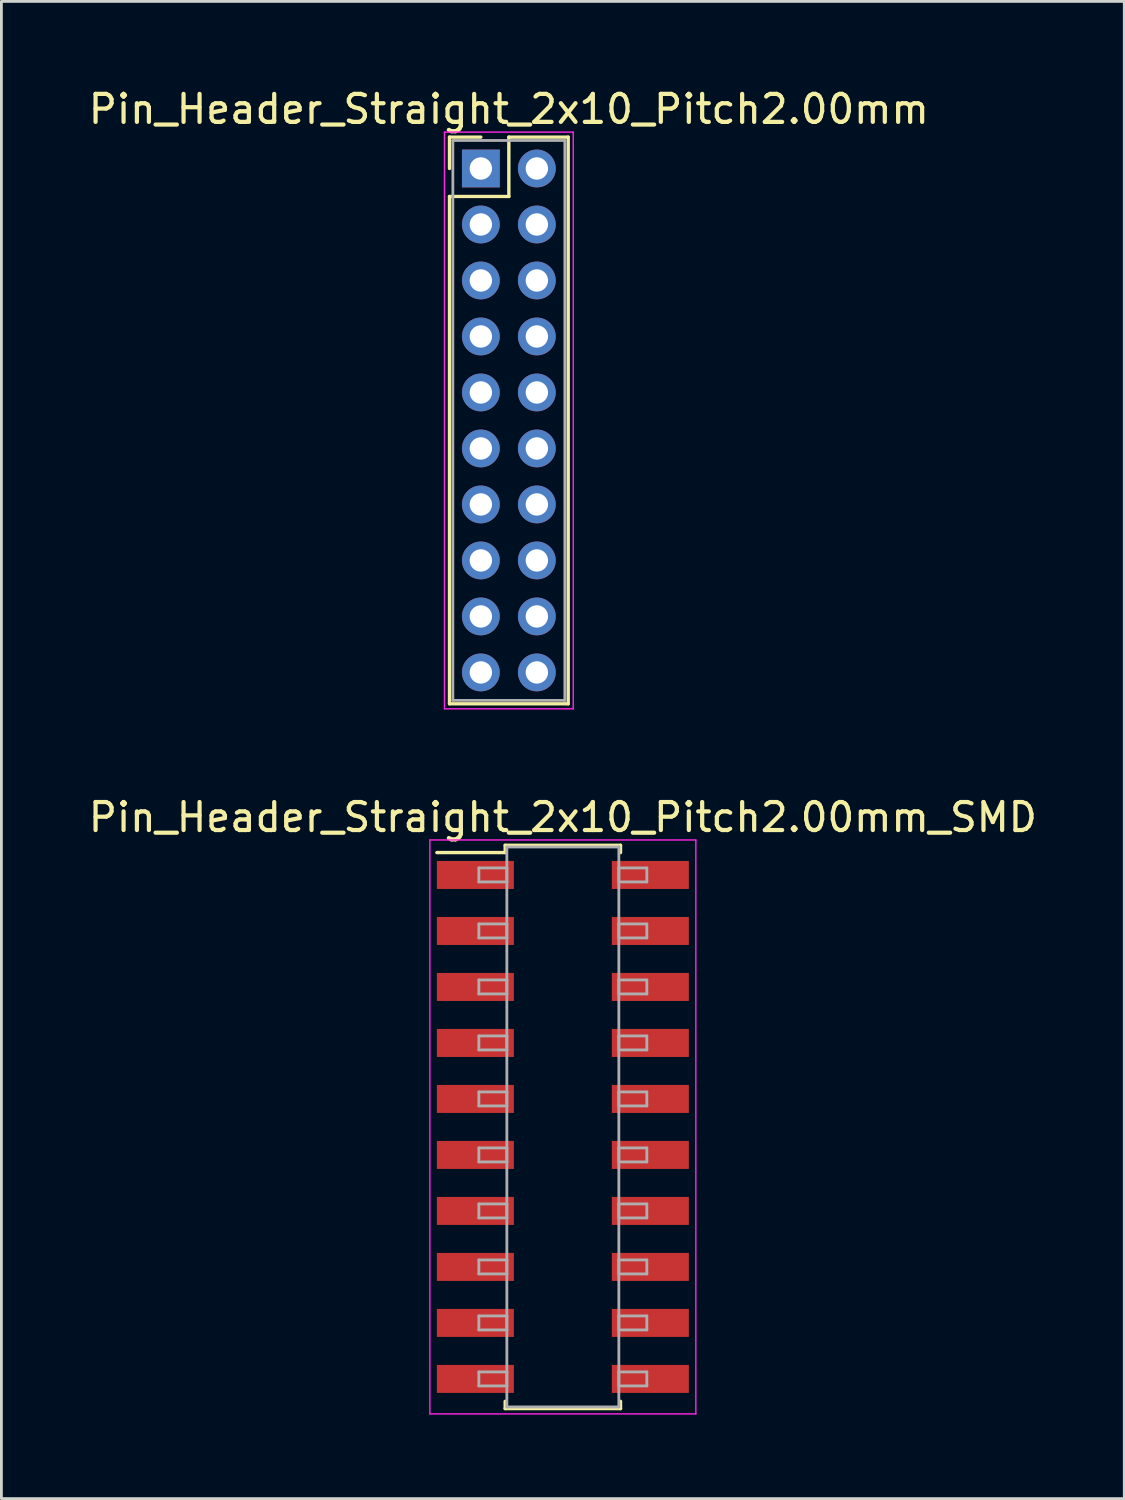
<source format=kicad_pcb>
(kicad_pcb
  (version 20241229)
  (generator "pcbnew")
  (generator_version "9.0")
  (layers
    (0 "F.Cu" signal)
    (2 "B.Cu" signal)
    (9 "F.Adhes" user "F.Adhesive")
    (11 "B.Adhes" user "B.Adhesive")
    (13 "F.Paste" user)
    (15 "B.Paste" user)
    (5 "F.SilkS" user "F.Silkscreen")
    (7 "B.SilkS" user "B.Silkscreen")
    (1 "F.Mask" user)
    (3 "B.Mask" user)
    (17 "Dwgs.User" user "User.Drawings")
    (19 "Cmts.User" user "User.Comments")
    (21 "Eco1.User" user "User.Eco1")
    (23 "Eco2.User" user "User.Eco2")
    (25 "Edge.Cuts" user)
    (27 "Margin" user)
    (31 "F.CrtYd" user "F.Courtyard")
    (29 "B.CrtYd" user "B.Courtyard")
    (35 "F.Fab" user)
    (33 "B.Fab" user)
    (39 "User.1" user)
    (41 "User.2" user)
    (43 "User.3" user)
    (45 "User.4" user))
  (footprint "Pin_Header_Straight_2x10_Pitch2.00mm_SMD"
    (layer "F.Cu")
    (at 17.054 37.202)
    (property "Reference" "Pin_Header_Straight_2x10_Pitch2.00mm_SMD" (at 0 -11.06 0) (layer "F.SilkS") (effects (font (size 1 1) (thickness 0.15))))
    (attr smd)
    (fp_line (start -4.5 -9.8) (end -2.06 -9.8) (stroke (width 0.12) (type solid)) (layer "F.SilkS"))
    (fp_line (start -2.06 -10.06) (end 2.06 -10.06) (stroke (width 0.12) (type solid)) (layer "F.SilkS"))
    (fp_line (start -2.06 -9.8) (end -2.06 -10.06) (stroke (width 0.12) (type solid)) (layer "F.SilkS"))
    (fp_line (start -2.06 9.8) (end -2.06 10.06) (stroke (width 0.12) (type solid)) (layer "F.SilkS"))
    (fp_line (start -2.06 10.06) (end 2.06 10.06) (stroke (width 0.12) (type solid)) (layer "F.SilkS"))
    (fp_line (start 2.06 -10.06) (end 2.06 -9.8) (stroke (width 0.12) (type solid)) (layer "F.SilkS"))
    (fp_line (start 2.06 10.06) (end 2.06 9.8) (stroke (width 0.12) (type solid)) (layer "F.SilkS"))
    (fp_line (start -4.75 -10.25) (end -4.75 10.25) (stroke (width 0.05) (type solid)) (layer "F.CrtYd"))
    (fp_line (start -4.75 10.25) (end 4.75 10.25) (stroke (width 0.05) (type solid)) (layer "F.CrtYd"))
    (fp_line (start 4.75 -10.25) (end -4.75 -10.25) (stroke (width 0.05) (type solid)) (layer "F.CrtYd"))
    (fp_line (start 4.75 10.25) (end 4.75 -10.25) (stroke (width 0.05) (type solid)) (layer "F.CrtYd"))
    (fp_line (start -3 -9.25) (end -2 -9.25) (stroke (width 0.1) (type solid)) (layer "F.Fab"))
    (fp_line (start -3 -8.75) (end -3 -9.25) (stroke (width 0.1) (type solid)) (layer "F.Fab"))
    (fp_line (start -3 -7.25) (end -2 -7.25) (stroke (width 0.1) (type solid)) (layer "F.Fab"))
    (fp_line (start -3 -6.75) (end -3 -7.25) (stroke (width 0.1) (type solid)) (layer "F.Fab"))
    (fp_line (start -3 -5.25) (end -2 -5.25) (stroke (width 0.1) (type solid)) (layer "F.Fab"))
    (fp_line (start -3 -4.75) (end -3 -5.25) (stroke (width 0.1) (type solid)) (layer "F.Fab"))
    (fp_line (start -3 -3.25) (end -2 -3.25) (stroke (width 0.1) (type solid)) (layer "F.Fab"))
    (fp_line (start -3 -2.75) (end -3 -3.25) (stroke (width 0.1) (type solid)) (layer "F.Fab"))
    (fp_line (start -3 -1.25) (end -2 -1.25) (stroke (width 0.1) (type solid)) (layer "F.Fab"))
    (fp_line (start -3 -0.75) (end -3 -1.25) (stroke (width 0.1) (type solid)) (layer "F.Fab"))
    (fp_line (start -3 0.75) (end -2 0.75) (stroke (width 0.1) (type solid)) (layer "F.Fab"))
    (fp_line (start -3 1.25) (end -3 0.75) (stroke (width 0.1) (type solid)) (layer "F.Fab"))
    (fp_line (start -3 2.75) (end -2 2.75) (stroke (width 0.1) (type solid)) (layer "F.Fab"))
    (fp_line (start -3 3.25) (end -3 2.75) (stroke (width 0.1) (type solid)) (layer "F.Fab"))
    (fp_line (start -3 4.75) (end -2 4.75) (stroke (width 0.1) (type solid)) (layer "F.Fab"))
    (fp_line (start -3 5.25) (end -3 4.75) (stroke (width 0.1) (type solid)) (layer "F.Fab"))
    (fp_line (start -3 6.75) (end -2 6.75) (stroke (width 0.1) (type solid)) (layer "F.Fab"))
    (fp_line (start -3 7.25) (end -3 6.75) (stroke (width 0.1) (type solid)) (layer "F.Fab"))
    (fp_line (start -3 8.75) (end -2 8.75) (stroke (width 0.1) (type solid)) (layer "F.Fab"))
    (fp_line (start -3 9.25) (end -3 8.75) (stroke (width 0.1) (type solid)) (layer "F.Fab"))
    (fp_line (start -2 -10) (end -2 10) (stroke (width 0.1) (type solid)) (layer "F.Fab"))
    (fp_line (start -2 -9.25) (end -2 -8.75) (stroke (width 0.1) (type solid)) (layer "F.Fab"))
    (fp_line (start -2 -8.75) (end -3 -8.75) (stroke (width 0.1) (type solid)) (layer "F.Fab"))
    (fp_line (start -2 -7.25) (end -2 -6.75) (stroke (width 0.1) (type solid)) (layer "F.Fab"))
    (fp_line (start -2 -6.75) (end -3 -6.75) (stroke (width 0.1) (type solid)) (layer "F.Fab"))
    (fp_line (start -2 -5.25) (end -2 -4.75) (stroke (width 0.1) (type solid)) (layer "F.Fab"))
    (fp_line (start -2 -4.75) (end -3 -4.75) (stroke (width 0.1) (type solid)) (layer "F.Fab"))
    (fp_line (start -2 -3.25) (end -2 -2.75) (stroke (width 0.1) (type solid)) (layer "F.Fab"))
    (fp_line (start -2 -2.75) (end -3 -2.75) (stroke (width 0.1) (type solid)) (layer "F.Fab"))
    (fp_line (start -2 -1.25) (end -2 -0.75) (stroke (width 0.1) (type solid)) (layer "F.Fab"))
    (fp_line (start -2 -0.75) (end -3 -0.75) (stroke (width 0.1) (type solid)) (layer "F.Fab"))
    (fp_line (start -2 0.75) (end -2 1.25) (stroke (width 0.1) (type solid)) (layer "F.Fab"))
    (fp_line (start -2 1.25) (end -3 1.25) (stroke (width 0.1) (type solid)) (layer "F.Fab"))
    (fp_line (start -2 2.75) (end -2 3.25) (stroke (width 0.1) (type solid)) (layer "F.Fab"))
    (fp_line (start -2 3.25) (end -3 3.25) (stroke (width 0.1) (type solid)) (layer "F.Fab"))
    (fp_line (start -2 4.75) (end -2 5.25) (stroke (width 0.1) (type solid)) (layer "F.Fab"))
    (fp_line (start -2 5.25) (end -3 5.25) (stroke (width 0.1) (type solid)) (layer "F.Fab"))
    (fp_line (start -2 6.75) (end -2 7.25) (stroke (width 0.1) (type solid)) (layer "F.Fab"))
    (fp_line (start -2 7.25) (end -3 7.25) (stroke (width 0.1) (type solid)) (layer "F.Fab"))
    (fp_line (start -2 8.75) (end -2 9.25) (stroke (width 0.1) (type solid)) (layer "F.Fab"))
    (fp_line (start -2 9.25) (end -3 9.25) (stroke (width 0.1) (type solid)) (layer "F.Fab"))
    (fp_line (start -2 10) (end 2 10) (stroke (width 0.1) (type solid)) (layer "F.Fab"))
    (fp_line (start 2 -10) (end -2 -10) (stroke (width 0.1) (type solid)) (layer "F.Fab"))
    (fp_line (start 2 -9.25) (end 2 -8.75) (stroke (width 0.1) (type solid)) (layer "F.Fab"))
    (fp_line (start 2 -8.75) (end 3 -8.75) (stroke (width 0.1) (type solid)) (layer "F.Fab"))
    (fp_line (start 2 -7.25) (end 2 -6.75) (stroke (width 0.1) (type solid)) (layer "F.Fab"))
    (fp_line (start 2 -6.75) (end 3 -6.75) (stroke (width 0.1) (type solid)) (layer "F.Fab"))
    (fp_line (start 2 -5.25) (end 2 -4.75) (stroke (width 0.1) (type solid)) (layer "F.Fab"))
    (fp_line (start 2 -4.75) (end 3 -4.75) (stroke (width 0.1) (type solid)) (layer "F.Fab"))
    (fp_line (start 2 -3.25) (end 2 -2.75) (stroke (width 0.1) (type solid)) (layer "F.Fab"))
    (fp_line (start 2 -2.75) (end 3 -2.75) (stroke (width 0.1) (type solid)) (layer "F.Fab"))
    (fp_line (start 2 -1.25) (end 2 -0.75) (stroke (width 0.1) (type solid)) (layer "F.Fab"))
    (fp_line (start 2 -0.75) (end 3 -0.75) (stroke (width 0.1) (type solid)) (layer "F.Fab"))
    (fp_line (start 2 0.75) (end 2 1.25) (stroke (width 0.1) (type solid)) (layer "F.Fab"))
    (fp_line (start 2 1.25) (end 3 1.25) (stroke (width 0.1) (type solid)) (layer "F.Fab"))
    (fp_line (start 2 2.75) (end 2 3.25) (stroke (width 0.1) (type solid)) (layer "F.Fab"))
    (fp_line (start 2 3.25) (end 3 3.25) (stroke (width 0.1) (type solid)) (layer "F.Fab"))
    (fp_line (start 2 4.75) (end 2 5.25) (stroke (width 0.1) (type solid)) (layer "F.Fab"))
    (fp_line (start 2 5.25) (end 3 5.25) (stroke (width 0.1) (type solid)) (layer "F.Fab"))
    (fp_line (start 2 6.75) (end 2 7.25) (stroke (width 0.1) (type solid)) (layer "F.Fab"))
    (fp_line (start 2 7.25) (end 3 7.25) (stroke (width 0.1) (type solid)) (layer "F.Fab"))
    (fp_line (start 2 8.75) (end 2 9.25) (stroke (width 0.1) (type solid)) (layer "F.Fab"))
    (fp_line (start 2 9.25) (end 3 9.25) (stroke (width 0.1) (type solid)) (layer "F.Fab"))
    (fp_line (start 2 10) (end 2 -10) (stroke (width 0.1) (type solid)) (layer "F.Fab"))
    (fp_line (start 3 -9.25) (end 2 -9.25) (stroke (width 0.1) (type solid)) (layer "F.Fab"))
    (fp_line (start 3 -8.75) (end 3 -9.25) (stroke (width 0.1) (type solid)) (layer "F.Fab"))
    (fp_line (start 3 -7.25) (end 2 -7.25) (stroke (width 0.1) (type solid)) (layer "F.Fab"))
    (fp_line (start 3 -6.75) (end 3 -7.25) (stroke (width 0.1) (type solid)) (layer "F.Fab"))
    (fp_line (start 3 -5.25) (end 2 -5.25) (stroke (width 0.1) (type solid)) (layer "F.Fab"))
    (fp_line (start 3 -4.75) (end 3 -5.25) (stroke (width 0.1) (type solid)) (layer "F.Fab"))
    (fp_line (start 3 -3.25) (end 2 -3.25) (stroke (width 0.1) (type solid)) (layer "F.Fab"))
    (fp_line (start 3 -2.75) (end 3 -3.25) (stroke (width 0.1) (type solid)) (layer "F.Fab"))
    (fp_line (start 3 -1.25) (end 2 -1.25) (stroke (width 0.1) (type solid)) (layer "F.Fab"))
    (fp_line (start 3 -0.75) (end 3 -1.25) (stroke (width 0.1) (type solid)) (layer "F.Fab"))
    (fp_line (start 3 0.75) (end 2 0.75) (stroke (width 0.1) (type solid)) (layer "F.Fab"))
    (fp_line (start 3 1.25) (end 3 0.75) (stroke (width 0.1) (type solid)) (layer "F.Fab"))
    (fp_line (start 3 2.75) (end 2 2.75) (stroke (width 0.1) (type solid)) (layer "F.Fab"))
    (fp_line (start 3 3.25) (end 3 2.75) (stroke (width 0.1) (type solid)) (layer "F.Fab"))
    (fp_line (start 3 4.75) (end 2 4.75) (stroke (width 0.1) (type solid)) (layer "F.Fab"))
    (fp_line (start 3 5.25) (end 3 4.75) (stroke (width 0.1) (type solid)) (layer "F.Fab"))
    (fp_line (start 3 6.75) (end 2 6.75) (stroke (width 0.1) (type solid)) (layer "F.Fab"))
    (fp_line (start 3 7.25) (end 3 6.75) (stroke (width 0.1) (type solid)) (layer "F.Fab"))
    (fp_line (start 3 8.75) (end 2 8.75) (stroke (width 0.1) (type solid)) (layer "F.Fab"))
    (fp_line (start 3 9.25) (end 3 8.75) (stroke (width 0.1) (type solid)) (layer "F.Fab"))
    (pad "1" smd rect (at -3.125 -9) (size 2.75 1) (layers "F.Cu" "F.Mask"))
    (pad "2" smd rect (at 3.125 -9) (size 2.75 1) (layers "F.Cu" "F.Mask"))
    (pad "3" smd rect (at -3.125 -7) (size 2.75 1) (layers "F.Cu" "F.Mask"))
    (pad "4" smd rect (at 3.125 -7) (size 2.75 1) (layers "F.Cu" "F.Mask"))
    (pad "5" smd rect (at -3.125 -5) (size 2.75 1) (layers "F.Cu" "F.Mask"))
    (pad "6" smd rect (at 3.125 -5) (size 2.75 1) (layers "F.Cu" "F.Mask"))
    (pad "7" smd rect (at -3.125 -3) (size 2.75 1) (layers "F.Cu" "F.Mask"))
    (pad "8" smd rect (at 3.125 -3) (size 2.75 1) (layers "F.Cu" "F.Mask"))
    (pad "9" smd rect (at -3.125 -1) (size 2.75 1) (layers "F.Cu" "F.Mask"))
    (pad "10" smd rect (at 3.125 -1) (size 2.75 1) (layers "F.Cu" "F.Mask"))
    (pad "11" smd rect (at -3.125 1) (size 2.75 1) (layers "F.Cu" "F.Mask"))
    (pad "12" smd rect (at 3.125 1) (size 2.75 1) (layers "F.Cu" "F.Mask"))
    (pad "13" smd rect (at -3.125 3) (size 2.75 1) (layers "F.Cu" "F.Mask"))
    (pad "14" smd rect (at 3.125 3) (size 2.75 1) (layers "F.Cu" "F.Mask"))
    (pad "15" smd rect (at -3.125 5) (size 2.75 1) (layers "F.Cu" "F.Mask"))
    (pad "16" smd rect (at 3.125 5) (size 2.75 1) (layers "F.Cu" "F.Mask"))
    (pad "17" smd rect (at -3.125 7) (size 2.75 1) (layers "F.Cu" "F.Mask"))
    (pad "18" smd rect (at 3.125 7) (size 2.75 1) (layers "F.Cu" "F.Mask"))
    (pad "19" smd rect (at -3.125 9) (size 2.75 1) (layers "F.Cu" "F.Mask"))
    (pad "20" smd rect (at 3.125 9) (size 2.75 1) (layers "F.Cu" "F.Mask")))
  (footprint "Pin_Header_Straight_2x10_Pitch2.00mm"
    (layer "F.Cu")
    (at 14.125 2.968)
    (property "Reference" "Pin_Header_Straight_2x10_Pitch2.00mm" (at 1 -2.12 0) (layer "F.SilkS") (effects (font (size 1 1) (thickness 0.15))))
    (attr through_hole)
    (fp_line (start -1.12 -1.12) (end 0 -1.12) (stroke (width 0.12) (type solid)) (layer "F.SilkS"))
    (fp_line (start -1.12 0) (end -1.12 -1.12) (stroke (width 0.12) (type solid)) (layer "F.SilkS"))
    (fp_line (start -1.12 1) (end -1.12 19.12) (stroke (width 0.12) (type solid)) (layer "F.SilkS"))
    (fp_line (start -1.12 19.12) (end 3.12 19.12) (stroke (width 0.12) (type solid)) (layer "F.SilkS"))
    (fp_line (start 1 -1.12) (end 1 1) (stroke (width 0.12) (type solid)) (layer "F.SilkS"))
    (fp_line (start 1 1) (end -1.12 1) (stroke (width 0.12) (type solid)) (layer "F.SilkS"))
    (fp_line (start 3.12 -1.12) (end 1 -1.12) (stroke (width 0.12) (type solid)) (layer "F.SilkS"))
    (fp_line (start 3.12 19.12) (end 3.12 -1.12) (stroke (width 0.12) (type solid)) (layer "F.SilkS"))
    (fp_line (start -1.3 -1.3) (end -1.3 19.3) (stroke (width 0.05) (type solid)) (layer "F.CrtYd"))
    (fp_line (start -1.3 19.3) (end 3.3 19.3) (stroke (width 0.05) (type solid)) (layer "F.CrtYd"))
    (fp_line (start 3.3 -1.3) (end -1.3 -1.3) (stroke (width 0.05) (type solid)) (layer "F.CrtYd"))
    (fp_line (start 3.3 19.3) (end 3.3 -1.3) (stroke (width 0.05) (type solid)) (layer "F.CrtYd"))
    (fp_line (start -1 -1) (end -1 19) (stroke (width 0.1) (type solid)) (layer "F.Fab"))
    (fp_line (start -1 19) (end 3 19) (stroke (width 0.1) (type solid)) (layer "F.Fab"))
    (fp_line (start 3 -1) (end -1 -1) (stroke (width 0.1) (type solid)) (layer "F.Fab"))
    (fp_line (start 3 19) (end 3 -1) (stroke (width 0.1) (type solid)) (layer "F.Fab"))
    (pad "1" thru_hole rect (at 0 0) (size 1.35 1.35) (drill 0.8) (layers "*.Cu" "*.Mask"))
    (pad "2" thru_hole oval (at 2 0) (size 1.35 1.35) (drill 0.8) (layers "*.Cu" "*.Mask"))
    (pad "3" thru_hole oval (at 0 2) (size 1.35 1.35) (drill 0.8) (layers "*.Cu" "*.Mask"))
    (pad "4" thru_hole oval (at 2 2) (size 1.35 1.35) (drill 0.8) (layers "*.Cu" "*.Mask"))
    (pad "5" thru_hole oval (at 0 4) (size 1.35 1.35) (drill 0.8) (layers "*.Cu" "*.Mask"))
    (pad "6" thru_hole oval (at 2 4) (size 1.35 1.35) (drill 0.8) (layers "*.Cu" "*.Mask"))
    (pad "7" thru_hole oval (at 0 6) (size 1.35 1.35) (drill 0.8) (layers "*.Cu" "*.Mask"))
    (pad "8" thru_hole oval (at 2 6) (size 1.35 1.35) (drill 0.8) (layers "*.Cu" "*.Mask"))
    (pad "9" thru_hole oval (at 0 8) (size 1.35 1.35) (drill 0.8) (layers "*.Cu" "*.Mask"))
    (pad "10" thru_hole oval (at 2 8) (size 1.35 1.35) (drill 0.8) (layers "*.Cu" "*.Mask"))
    (pad "11" thru_hole oval (at 0 10) (size 1.35 1.35) (drill 0.8) (layers "*.Cu" "*.Mask"))
    (pad "12" thru_hole oval (at 2 10) (size 1.35 1.35) (drill 0.8) (layers "*.Cu" "*.Mask"))
    (pad "13" thru_hole oval (at 0 12) (size 1.35 1.35) (drill 0.8) (layers "*.Cu" "*.Mask"))
    (pad "14" thru_hole oval (at 2 12) (size 1.35 1.35) (drill 0.8) (layers "*.Cu" "*.Mask"))
    (pad "15" thru_hole oval (at 0 14) (size 1.35 1.35) (drill 0.8) (layers "*.Cu" "*.Mask"))
    (pad "16" thru_hole oval (at 2 14) (size 1.35 1.35) (drill 0.8) (layers "*.Cu" "*.Mask"))
    (pad "17" thru_hole oval (at 0 16) (size 1.35 1.35) (drill 0.8) (layers "*.Cu" "*.Mask"))
    (pad "18" thru_hole oval (at 2 16) (size 1.35 1.35) (drill 0.8) (layers "*.Cu" "*.Mask"))
    (pad "19" thru_hole oval (at 0 18) (size 1.35 1.35) (drill 0.8) (layers "*.Cu" "*.Mask"))
    (pad "20" thru_hole oval (at 2 18) (size 1.35 1.35) (drill 0.8) (layers "*.Cu" "*.Mask")))
  (gr_rect
    (start -3 -3)
    (end 37.107 50.477)
    (stroke (width 0.1) (type default))
    (fill no)
    (layer "Edge.Cuts")))
</source>
